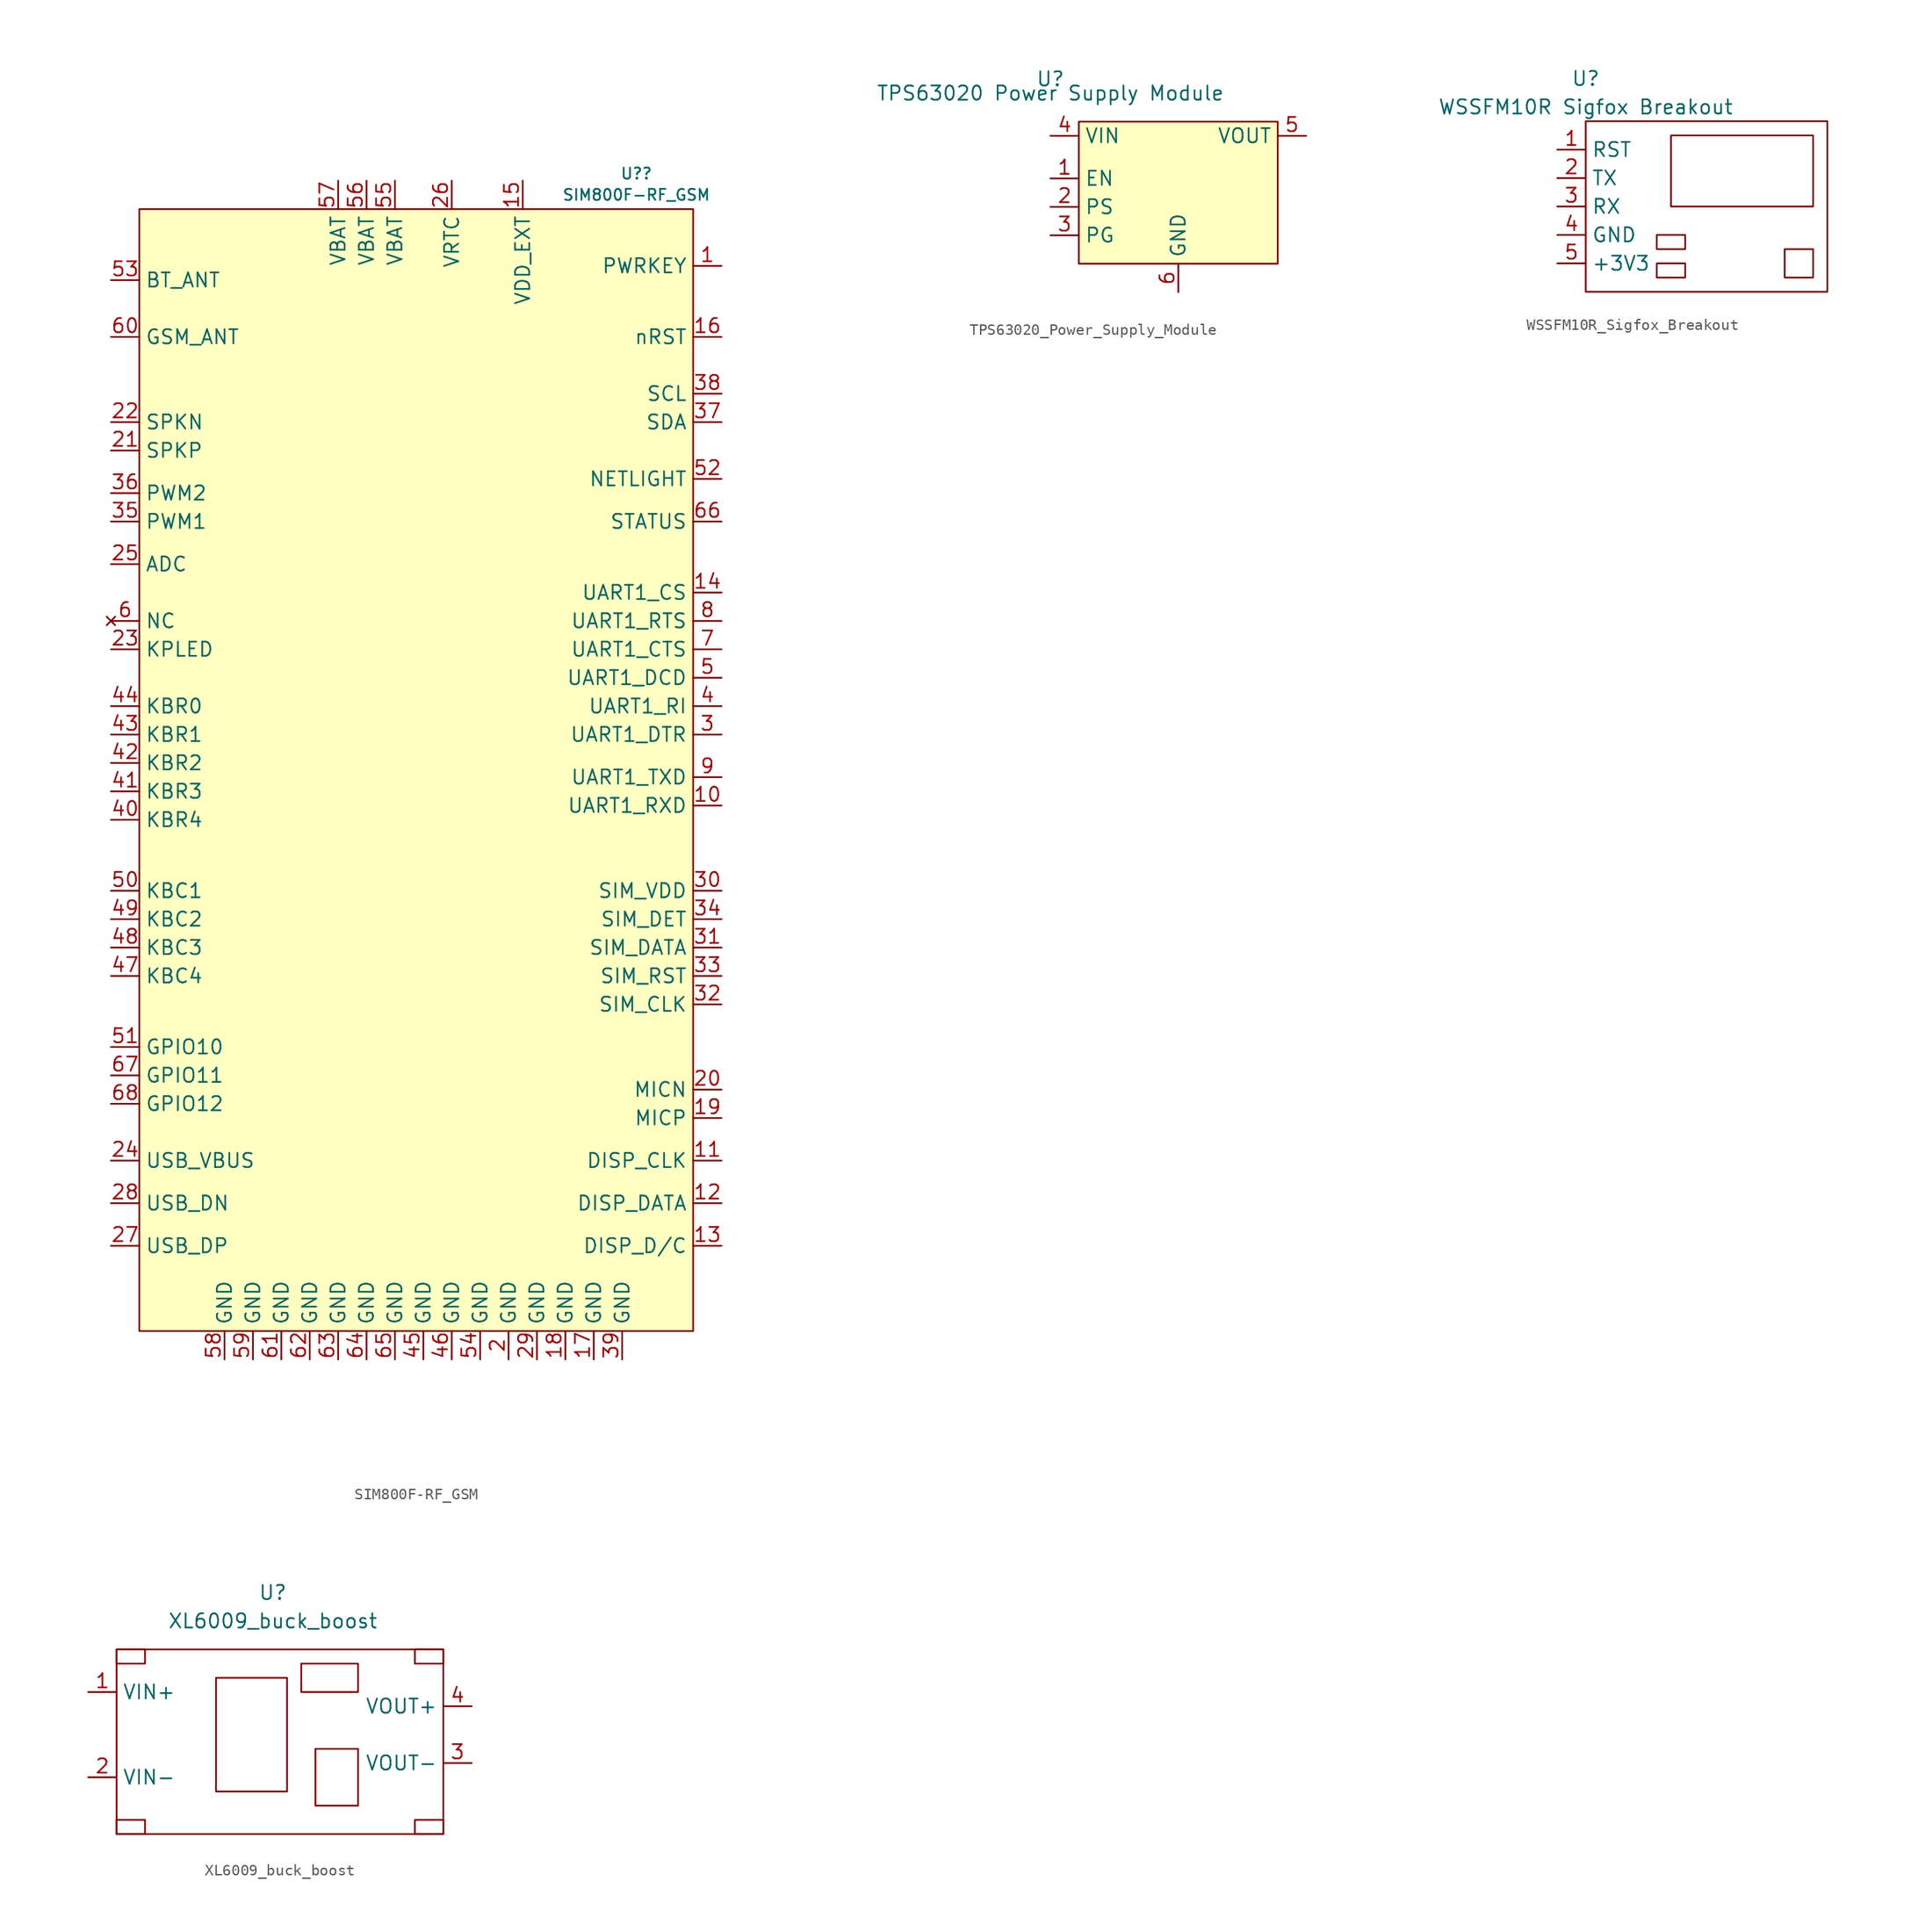
<source format=kicad_sym>
(kicad_symbol_lib
  (version 20220914)
  (generator kicad_symbol_editor)
  (symbol "SIM800F-RF_GSM"
    (property "Reference" "U?"
      (at 6.35 20.955 0)
      (effects (font (size 0.991 0.991))))
    (property "Value" "SIM800F-RF_GSM"
      (at 6.35 19.05 0)
      (effects (font (size 0.991 0.991))))
    (symbol "SIM800F-RF_GSM_1_0"
      (pin input line (at -40.64 -29.21 0) (length 2.54) (name "KBR1" (effects (font (size 1.27 1.27)))) (number "43" (effects (font (size 1.27 1.27)))))
      (pin input line (at -40.64 -26.67 0) (length 2.54) (name "KBR0" (effects (font (size 1.27 1.27)))) (number "44" (effects (font (size 1.27 1.27)))))
      (pin input line (at -12.7 -85.09 90) (length 2.54) (name "GND" (effects (font (size 1.27 1.27)))) (number "45" (effects (font (size 1.27 1.27)))))
      (pin input line (at -10.16 -85.09 90) (length 2.54) (name "GND" (effects (font (size 1.27 1.27)))) (number "46" (effects (font (size 1.27 1.27)))))
      (pin input line (at -40.64 -50.8 0) (length 2.54) (name "KBC4" (effects (font (size 1.27 1.27)))) (number "47" (effects (font (size 1.27 1.27)))))
      (pin input line (at -40.64 -48.26 0) (length 2.54) (name "KBC3" (effects (font (size 1.27 1.27)))) (number "48" (effects (font (size 1.27 1.27)))))
      (pin input line (at -40.64 -45.72 0) (length 2.54) (name "KBC2" (effects (font (size 1.27 1.27)))) (number "49" (effects (font (size 1.27 1.27)))))
      (pin input line (at -40.64 -43.18 0) (length 2.54) (name "KBC1" (effects (font (size 1.27 1.27)))) (number "50" (effects (font (size 1.27 1.27)))))
      (pin input line (at -40.64 -57.15 0) (length 2.54) (name "GPIO10" (effects (font (size 1.27 1.27)))) (number "51" (effects (font (size 1.27 1.27)))))
      (pin input line (at 13.97 -6.35 180) (length 2.54) (name "NETLIGHT" (effects (font (size 1.27 1.27)))) (number "52" (effects (font (size 1.27 1.27)))))
      (pin input line (at -40.64 11.43 0) (length 2.54) (name "BT_ANT" (effects (font (size 1.27 1.27)))) (number "53" (effects (font (size 1.27 1.27)))))
      (pin input line (at -7.62 -85.09 90) (length 2.54) (name "GND" (effects (font (size 1.27 1.27)))) (number "54" (effects (font (size 1.27 1.27)))))
      (pin power_in line (at -15.24 20.32 270) (length 2.54) (name "VBAT" (effects (font (size 1.27 1.27)))) (number "55" (effects (font (size 1.27 1.27)))))
      (pin power_in line (at -17.78 20.32 270) (length 2.54) (name "VBAT" (effects (font (size 1.27 1.27)))) (number "56" (effects (font (size 1.27 1.27)))))
      (pin power_in line (at -20.32 20.32 270) (length 2.54) (name "VBAT" (effects (font (size 1.27 1.27)))) (number "57" (effects (font (size 1.27 1.27)))))
      (pin power_in line (at -30.48 -85.09 90) (length 2.54) (name "GND" (effects (font (size 1.27 1.27)))) (number "58" (effects (font (size 1.27 1.27)))))
      (pin power_in line (at -27.94 -85.09 90) (length 2.54) (name "GND" (effects (font (size 1.27 1.27)))) (number "59" (effects (font (size 1.27 1.27)))))
      (pin input line (at -40.64 6.35 0) (length 2.54) (name "GSM_ANT" (effects (font (size 1.27 1.27)))) (number "60" (effects (font (size 1.27 1.27)))))
      (pin power_in line (at -25.4 -85.09 90) (length 2.54) (name "GND" (effects (font (size 1.27 1.27)))) (number "61" (effects (font (size 1.27 1.27)))))
      (pin input line (at -22.86 -85.09 90) (length 2.54) (name "GND" (effects (font (size 1.27 1.27)))) (number "62" (effects (font (size 1.27 1.27)))))
      (pin input line (at -20.32 -85.09 90) (length 2.54) (name "GND" (effects (font (size 1.27 1.27)))) (number "63" (effects (font (size 1.27 1.27)))))
      (pin input line (at -17.78 -85.09 90) (length 2.54) (name "GND" (effects (font (size 1.27 1.27)))) (number "64" (effects (font (size 1.27 1.27)))))
      (pin input line (at -15.24 -85.09 90) (length 2.54) (name "GND" (effects (font (size 1.27 1.27)))) (number "65" (effects (font (size 1.27 1.27)))))
      (pin input line (at 13.97 -10.16 180) (length 2.54) (name "STATUS" (effects (font (size 1.27 1.27)))) (number "66" (effects (font (size 1.27 1.27)))))
      (pin input line (at -40.64 -59.69 0) (length 2.54) (name "GPIO11" (effects (font (size 1.27 1.27)))) (number "67" (effects (font (size 1.27 1.27)))))
      (pin input line (at -40.64 -62.23 0) (length 2.54) (name "GPIO12" (effects (font (size 1.27 1.27)))) (number "68" (effects (font (size 1.27 1.27))))))
    (symbol "SIM800F-RF_GSM_1_1"
      (rectangle (start -38.1 17.78) (end 11.43 -82.55) (stroke (width 0) (type default)) (fill (type background)))
      (pin passive line (at 13.97 12.7 180) (length 2.54) (name "PWRKEY" (effects (font (size 1.27 1.27)))) (number "1" (effects (font (size 1.27 1.27)))))
      (pin input line (at 13.97 -35.56 180) (length 2.54) (name "UART1_RXD" (effects (font (size 1.27 1.27)))) (number "10" (effects (font (size 1.27 1.27)))))
      (pin output line (at 13.97 -67.31 180) (length 2.54) (name "DISP_CLK" (effects (font (size 1.27 1.27)))) (number "11" (effects (font (size 1.27 1.27)))))
      (pin output line (at 13.97 -71.12 180) (length 2.54) (name "DISP_DATA" (effects (font (size 1.27 1.27)))) (number "12" (effects (font (size 1.27 1.27)))))
      (pin passive line (at 13.97 -74.93 180) (length 2.54) (name "DISP_D/C" (effects (font (size 1.27 1.27)))) (number "13" (effects (font (size 1.27 1.27)))))
      (pin input line (at 13.97 -16.51 180) (length 2.54) (name "UART1_CS" (effects (font (size 1.27 1.27)))) (number "14" (effects (font (size 1.27 1.27)))))
      (pin power_in line (at -3.81 20.32 270) (length 2.54) (name "VDD_EXT" (effects (font (size 1.27 1.27)))) (number "15" (effects (font (size 1.27 1.27)))))
      (pin output line (at 13.97 6.35 180) (length 2.54) (name "nRST" (effects (font (size 1.27 1.27)))) (number "16" (effects (font (size 1.27 1.27)))))
      (pin power_in line (at 2.54 -85.09 90) (length 2.54) (name "GND" (effects (font (size 1.27 1.27)))) (number "17" (effects (font (size 1.27 1.27)))))
      (pin power_out line (at 0 -85.09 90) (length 2.54) (name "GND" (effects (font (size 1.27 1.27)))) (number "18" (effects (font (size 1.27 1.27)))))
      (pin passive line (at 13.97 -63.5 180) (length 2.54) (name "MICP" (effects (font (size 1.27 1.27)))) (number "19" (effects (font (size 1.27 1.27)))))
      (pin power_in line (at -5.08 -85.09 90) (length 2.54) (name "GND" (effects (font (size 1.27 1.27)))) (number "2" (effects (font (size 1.27 1.27)))))
      (pin passive line (at 13.97 -60.96 180) (length 2.54) (name "MICN" (effects (font (size 1.27 1.27)))) (number "20" (effects (font (size 1.27 1.27)))))
      (pin passive line (at -40.64 -3.81 0) (length 2.54) (name "SPKP" (effects (font (size 1.27 1.27)))) (number "21" (effects (font (size 1.27 1.27)))))
      (pin output line (at -40.64 -1.27 0) (length 2.54) (name "SPKN" (effects (font (size 1.27 1.27)))) (number "22" (effects (font (size 1.27 1.27)))))
      (pin input line (at -40.64 -21.59 0) (length 2.54) (name "KPLED" (effects (font (size 1.27 1.27)))) (number "23" (effects (font (size 1.27 1.27)))))
      (pin input line (at -40.64 -67.31 0) (length 2.54) (name "USB_VBUS" (effects (font (size 1.27 1.27)))) (number "24" (effects (font (size 1.27 1.27)))))
      (pin bidirectional line (at -40.64 -13.97 0) (length 2.54) (name "ADC" (effects (font (size 1.27 1.27)))) (number "25" (effects (font (size 1.27 1.27)))))
      (pin bidirectional line (at -10.16 20.32 270) (length 2.54) (name "VRTC" (effects (font (size 1.27 1.27)))) (number "26" (effects (font (size 1.27 1.27)))))
      (pin passive line (at -40.64 -74.93 0) (length 2.54) (name "USB_DP" (effects (font (size 1.27 1.27)))) (number "27" (effects (font (size 1.27 1.27)))))
      (pin power_in line (at -40.64 -71.12 0) (length 2.54) (name "USB_DN" (effects (font (size 1.27 1.27)))) (number "28" (effects (font (size 1.27 1.27)))))
      (pin output line (at -2.54 -85.09 90) (length 2.54) (name "GND" (effects (font (size 1.27 1.27)))) (number "29" (effects (font (size 1.27 1.27)))))
      (pin input line (at 13.97 -29.21 180) (length 2.54) (name "UART1_DTR" (effects (font (size 1.27 1.27)))) (number "3" (effects (font (size 1.27 1.27)))))
      (pin passive line (at 13.97 -43.18 180) (length 2.54) (name "SIM_VDD" (effects (font (size 1.27 1.27)))) (number "30" (effects (font (size 1.27 1.27)))))
      (pin passive line (at 13.97 -48.26 180) (length 2.54) (name "SIM_DATA" (effects (font (size 1.27 1.27)))) (number "31" (effects (font (size 1.27 1.27)))))
      (pin passive line (at 13.97 -53.34 180) (length 2.54) (name "SIM_CLK" (effects (font (size 1.27 1.27)))) (number "32" (effects (font (size 1.27 1.27)))))
      (pin passive line (at 13.97 -50.8 180) (length 2.54) (name "SIM_RST" (effects (font (size 1.27 1.27)))) (number "33" (effects (font (size 1.27 1.27)))))
      (pin power_in line (at 13.97 -45.72 180) (length 2.54) (name "SIM_DET" (effects (font (size 1.27 1.27)))) (number "34" (effects (font (size 1.27 1.27)))))
      (pin passive line (at -40.64 -10.16 0) (length 2.54) (name "PWM1" (effects (font (size 1.27 1.27)))) (number "35" (effects (font (size 1.27 1.27)))))
      (pin passive line (at -40.64 -7.62 0) (length 2.54) (name "PWM2" (effects (font (size 1.27 1.27)))) (number "36" (effects (font (size 1.27 1.27)))))
      (pin passive line (at 13.97 -1.27 180) (length 2.54) (name "SDA" (effects (font (size 1.27 1.27)))) (number "37" (effects (font (size 1.27 1.27)))))
      (pin input line (at 13.97 1.27 180) (length 2.54) (name "SCL" (effects (font (size 1.27 1.27)))) (number "38" (effects (font (size 1.27 1.27)))))
      (pin input line (at 5.08 -85.09 90) (length 2.54) (name "GND" (effects (font (size 1.27 1.27)))) (number "39" (effects (font (size 1.27 1.27)))))
      (pin output line (at 13.97 -26.67 180) (length 2.54) (name "UART1_RI" (effects (font (size 1.27 1.27)))) (number "4" (effects (font (size 1.27 1.27)))))
      (pin power_out line (at -40.64 -36.83 0) (length 2.54) (name "KBR4" (effects (font (size 1.27 1.27)))) (number "40" (effects (font (size 1.27 1.27)))))
      (pin output line (at -40.64 -34.29 0) (length 2.54) (name "KBR3" (effects (font (size 1.27 1.27)))) (number "41" (effects (font (size 1.27 1.27)))))
      (pin output line (at -40.64 -31.75 0) (length 2.54) (name "KBR2" (effects (font (size 1.27 1.27)))) (number "42" (effects (font (size 1.27 1.27)))))
      (pin output line (at 13.97 -24.13 180) (length 2.54) (name "UART1_DCD" (effects (font (size 1.27 1.27)))) (number "5" (effects (font (size 1.27 1.27)))))
      (pin no_connect line (at -40.64 -19.05 0) (length 2.54) (name "NC" (effects (font (size 1.27 1.27)))) (number "6" (effects (font (size 1.27 1.27)))))
      (pin output line (at 13.97 -21.59 180) (length 2.54) (name "UART1_CTS" (effects (font (size 1.27 1.27)))) (number "7" (effects (font (size 1.27 1.27)))))
      (pin power_in line (at 13.97 -19.05 180) (length 2.54) (name "UART1_RTS" (effects (font (size 1.27 1.27)))) (number "8" (effects (font (size 1.27 1.27)))))
      (pin input line (at 13.97 -33.02 180) (length 2.54) (name "UART1_TXD" (effects (font (size 1.27 1.27)))) (number "9" (effects (font (size 1.27 1.27)))))))
  (symbol "TPS63020_Power_Supply_Module"
    (property "Reference" "U"
      (at 0 2.54 0)
      (effects (font (size 1.27 1.27))))
    (property "Value" "TPS63020 Power Supply Module"
      (at 0 1.27 0)
      (effects (font (size 1.27 1.27))))
    (symbol "TPS63020_Power_Supply_Module_0_0"
      (pin passive line (at 0 -6.35 0) (length 2.54) (name "EN" (effects (font (size 1.27 1.27)))) (number "1" (effects (font (size 1.27 1.27)))))
      (pin passive line (at 0 -8.89 0) (length 2.54) (name "PS" (effects (font (size 1.27 1.27)))) (number "2" (effects (font (size 1.27 1.27)))))
      (pin passive line (at 0 -11.43 0) (length 2.54) (name "PG" (effects (font (size 1.27 1.27)))) (number "3" (effects (font (size 1.27 1.27)))))
      (pin passive line (at 0 -2.54 0) (length 2.54) (name "VIN" (effects (font (size 1.27 1.27)))) (number "4" (effects (font (size 1.27 1.27)))))
      (pin passive line (at 22.86 -2.54 180) (length 2.54) (name "VOUT" (effects (font (size 1.27 1.27)))) (number "5" (effects (font (size 1.27 1.27)))))
      (pin power_in line (at 11.43 -16.51 90) (length 2.54) (name "GND" (effects (font (size 1.27 1.27)))) (number "6" (effects (font (size 1.27 1.27))))))
    (symbol "TPS63020_Power_Supply_Module_1_1"
      (rectangle (start 2.54 -1.27) (end 20.32 -13.97) (stroke (width 0) (type default)) (fill (type background)))))
  (symbol "WSSFM10R_Sigfox_Breakout"
    (property "Reference" "U"
      (at 0 5.08 0)
      (effects (font (size 1.27 1.27))))
    (property "Value" "WSSFM10R Sigfox Breakout"
      (at 0 2.54 0)
      (effects (font (size 1.27 1.27))))
    (symbol "WSSFM10R_Sigfox_Breakout_0_1"
      (rectangle (start 0 1.27) (end 21.59 -13.97) (stroke (width 0) (type default)) (fill (type none)))
      (rectangle (start 6.35 -11.43) (end 8.89 -12.7) (stroke (width 0) (type default)) (fill (type none)))
      (rectangle (start 6.35 -8.89) (end 8.89 -10.16) (stroke (width 0) (type default)) (fill (type none)))
      (rectangle (start 7.62 0) (end 20.32 -6.35) (stroke (width 0) (type default)) (fill (type none)))
      (rectangle (start 17.78 -10.16) (end 20.32 -12.7) (stroke (width 0) (type default)) (fill (type none))))
    (symbol "WSSFM10R_Sigfox_Breakout_1_0"
      (pin input line (at -2.54 -3.81 0) (length 2.54) (name "TX" (effects (font (size 1.27 1.27)))) (number "2" (effects (font (size 1.27 1.27)))))
      (pin input line (at -2.54 -6.35 0) (length 2.54) (name "RX" (effects (font (size 1.27 1.27)))) (number "3" (effects (font (size 1.27 1.27)))))
      (pin input line (at -2.54 -8.89 0) (length 2.54) (name "GND" (effects (font (size 1.27 1.27)))) (number "4" (effects (font (size 1.27 1.27)))))
      (pin input line (at -2.54 -11.43 0) (length 2.54) (name "+3V3" (effects (font (size 1.27 1.27)))) (number "5" (effects (font (size 1.27 1.27))))))
    (symbol "WSSFM10R_Sigfox_Breakout_1_1"
      (pin input line (at -2.54 -1.27 0) (length 2.54) (name "RST" (effects (font (size 1.27 1.27)))) (number "1" (effects (font (size 1.27 1.27)))))))
  (symbol "XL6009_buck_boost"
    (property "Reference" "U"
      (at 0 5.08 0)
      (effects (font (size 1.27 1.27))))
    (property "Value" "XL6009_buck_boost"
      (at 0 2.54 0)
      (effects (font (size 1.27 1.27))))
    (symbol "XL6009_buck_boost_0_1"
      (rectangle (start -13.97 -15.24) (end -11.43 -16.51) (stroke (width 0) (type default)) (fill (type none)))
      (rectangle (start -13.97 0) (end -11.43 -1.27) (stroke (width 0) (type default)) (fill (type none)))
      (rectangle (start -13.97 0) (end 15.24 -16.51) (stroke (width 0) (type default)) (fill (type none)))
      (rectangle (start -5.08 -2.54) (end 1.27 -12.7) (stroke (width 0) (type default)) (fill (type none)))
      (rectangle (start 2.54 -1.27) (end 7.62 -3.81) (stroke (width 0) (type default)) (fill (type none)))
      (rectangle (start 3.81 -8.89) (end 7.62 -13.97) (stroke (width 0) (type default)) (fill (type none)))
      (rectangle (start 12.7 -15.24) (end 15.24 -16.51) (stroke (width 0) (type default)) (fill (type none)))
      (rectangle (start 12.7 0) (end 15.24 -1.27) (stroke (width 0) (type default)) (fill (type none))))
    (symbol "XL6009_buck_boost_1_1"
      (pin input line (at -16.51 -3.81 0) (length 2.54) (name "VIN+" (effects (font (size 1.27 1.27)))) (number "1" (effects (font (size 1.27 1.27)))))
      (pin input line (at -16.51 -11.43 0) (length 2.54) (name "VIN-" (effects (font (size 1.27 1.27)))) (number "2" (effects (font (size 1.27 1.27)))))
      (pin input line (at 17.78 -10.16 180) (length 2.54) (name "VOUT-" (effects (font (size 1.27 1.27)))) (number "3" (effects (font (size 1.27 1.27)))))
      (pin input line (at 17.78 -5.08 180) (length 2.54) (name "VOUT+" (effects (font (size 1.27 1.27)))) (number "4" (effects (font (size 1.27 1.27))))))))
</source>
